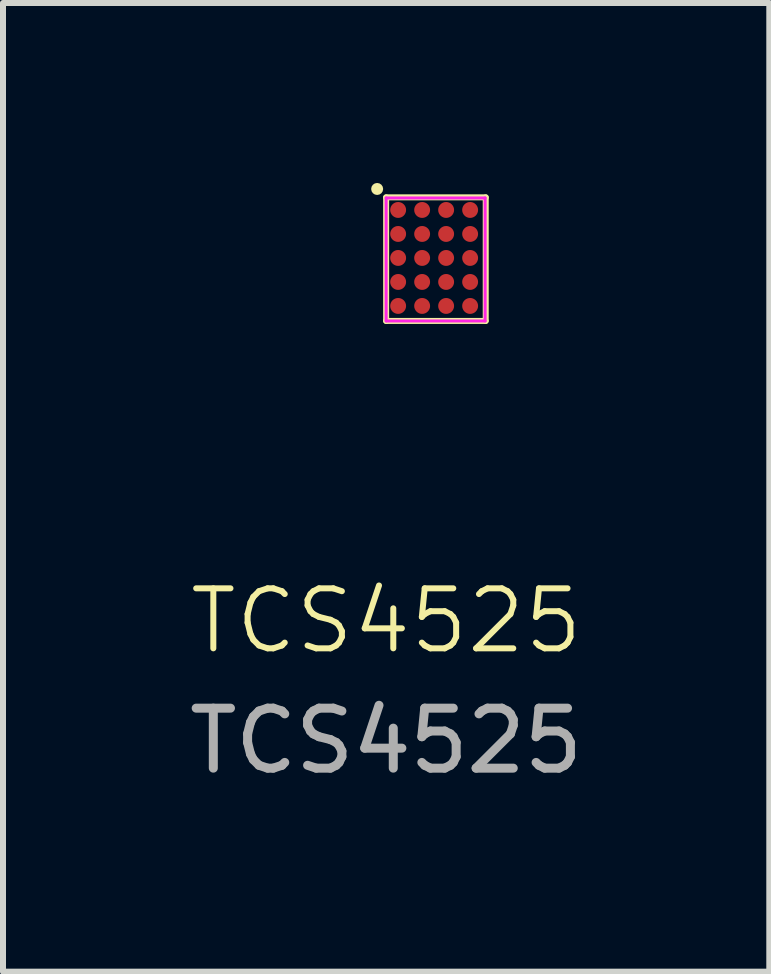
<source format=kicad_pcb>
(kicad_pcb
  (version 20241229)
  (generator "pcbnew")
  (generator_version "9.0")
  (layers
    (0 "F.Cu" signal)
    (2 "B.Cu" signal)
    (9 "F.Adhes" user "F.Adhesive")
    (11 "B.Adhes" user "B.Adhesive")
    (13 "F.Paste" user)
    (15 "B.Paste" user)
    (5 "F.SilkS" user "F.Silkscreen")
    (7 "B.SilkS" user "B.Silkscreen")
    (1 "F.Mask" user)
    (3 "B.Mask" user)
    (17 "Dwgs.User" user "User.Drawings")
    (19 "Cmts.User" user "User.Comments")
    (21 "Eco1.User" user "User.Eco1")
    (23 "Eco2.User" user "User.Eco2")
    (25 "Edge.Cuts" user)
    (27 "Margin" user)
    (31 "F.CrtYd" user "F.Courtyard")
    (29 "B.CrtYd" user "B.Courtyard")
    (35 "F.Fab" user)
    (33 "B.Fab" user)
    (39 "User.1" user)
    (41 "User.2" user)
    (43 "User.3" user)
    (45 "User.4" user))
  (footprint "TCS4525"
    (layer "F.Cu")
    (at 3.387 0.25)
    (property "Reference" "TCS4525" (at 0 7.05 0) (unlocked yes) (layer "F.SilkS") (effects (font (size 1 1) (thickness 0.1))))
    (attr smd)
    (fp_line (start 0 -0.01) (end 1.66 -0.01) (stroke (width 0.1) (type default)) (layer "F.SilkS"))
    (fp_line (start 0 2.05) (end 0 -0.01) (stroke (width 0.1) (type default)) (layer "F.SilkS"))
    (fp_line (start 1.658 2.05) (end 0 2.05) (stroke (width 0.1) (type default)) (layer "F.SilkS"))
    (fp_line (start 1.66 -0.01) (end 1.66 2.05) (stroke (width 0.1) (type default)) (layer "F.SilkS"))
    (fp_circle (center -0.15 -0.15) (end -0.15 -0.1) (stroke (width 0.1) (type default)) (fill no) (layer "F.SilkS"))
    (fp_line (start 0 0) (end 1.65 0) (stroke (width 0.05) (type default)) (layer "F.CrtYd"))
    (fp_line (start 0 2.05) (end 0 0) (stroke (width 0.05) (type default)) (layer "F.CrtYd"))
    (fp_line (start 1.65 0) (end 1.65 2.05) (stroke (width 0.05) (type default)) (layer "F.CrtYd"))
    (fp_line (start 1.65 2.05) (end 0 2.05) (stroke (width 0.05) (type default)) (layer "F.CrtYd"))
    (fp_text user "${REFERENCE}" (at 0 9.05 0) (unlocked yes) (layer "F.Fab") (effects (font (size 1 1) (thickness 0.15))))
    (pad "A1" smd circle (at 0.2 0.2 90) (size 0.265 0.265) (layers "F.Cu" "F.Mask" "F.Paste"))
    (pad "A2" smd circle (at 0.6 0.2 90) (size 0.265 0.265) (layers "F.Cu" "F.Mask" "F.Paste"))
    (pad "A3" smd circle (at 1 0.2 90) (size 0.265 0.265) (layers "F.Cu" "F.Mask" "F.Paste"))
    (pad "A4" smd circle (at 1.4 0.2 90) (size 0.265 0.265) (layers "F.Cu" "F.Mask" "F.Paste"))
    (pad "B1" smd circle (at 0.2 0.6 90) (size 0.265 0.265) (layers "F.Cu" "F.Mask" "F.Paste"))
    (pad "B2" smd circle (at 0.6 0.6 90) (size 0.265 0.265) (layers "F.Cu" "F.Mask" "F.Paste"))
    (pad "B3" smd circle (at 1 0.6 90) (size 0.265 0.265) (layers "F.Cu" "F.Mask" "F.Paste"))
    (pad "B4" smd circle (at 1.4 0.6 90) (size 0.265 0.265) (layers "F.Cu" "F.Mask" "F.Paste"))
    (pad "C1" smd circle (at 0.2 1 90) (size 0.265 0.265) (layers "F.Cu" "F.Mask" "F.Paste"))
    (pad "C2" smd circle (at 0.6 1 90) (size 0.265 0.265) (layers "F.Cu" "F.Mask" "F.Paste"))
    (pad "C3" smd circle (at 1 1 90) (size 0.265 0.265) (layers "F.Cu" "F.Mask" "F.Paste"))
    (pad "C4" smd circle (at 1.4 1 90) (size 0.265 0.265) (layers "F.Cu" "F.Mask" "F.Paste"))
    (pad "D1" smd circle (at 0.2 1.4 90) (size 0.265 0.265) (layers "F.Cu" "F.Mask" "F.Paste"))
    (pad "D2" smd circle (at 0.6 1.4 90) (size 0.265 0.265) (layers "F.Cu" "F.Mask" "F.Paste"))
    (pad "D3" smd circle (at 1 1.4 90) (size 0.265 0.265) (layers "F.Cu" "F.Mask" "F.Paste"))
    (pad "D4" smd circle (at 1.4 1.4 90) (size 0.265 0.265) (layers "F.Cu" "F.Mask" "F.Paste"))
    (pad "E1" smd circle (at 0.2 1.8 90) (size 0.265 0.265) (layers "F.Cu" "F.Mask" "F.Paste"))
    (pad "E2" smd circle (at 0.6 1.8 90) (size 0.265 0.265) (layers "F.Cu" "F.Mask" "F.Paste"))
    (pad "E3" smd circle (at 1 1.8 90) (size 0.265 0.265) (layers "F.Cu" "F.Mask" "F.Paste"))
    (pad "E4" smd circle (at 1.4 1.8 90) (size 0.265 0.265) (layers "F.Cu" "F.Mask" "F.Paste")))
  (gr_rect
    (start -3 -3)
    (end 9.774 13.148)
    (stroke (width 0.1) (type default))
    (fill no)
    (layer "Edge.Cuts")))
</source>
